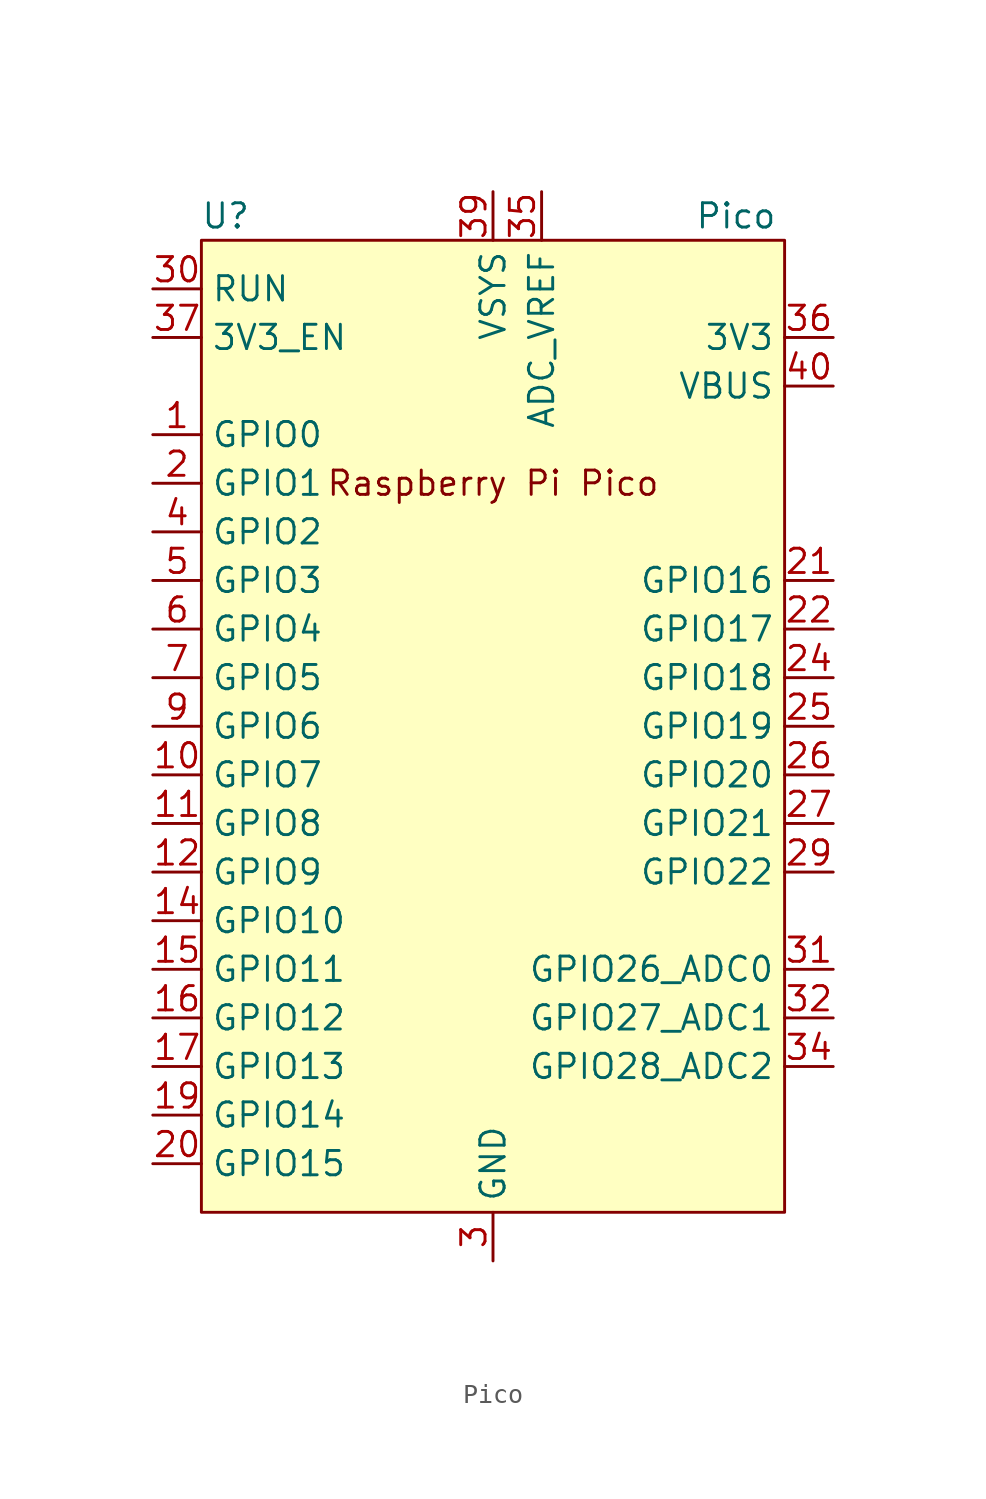
<source format=kicad_sym>
(kicad_symbol_lib
  (version 20211014)
  (generator kicad_symbol_editor)
  (symbol "Pico"
    (property "Reference" "U"
      (at -13.97 26.67 0)
      (effects (font (size 1.27 1.27))))
    (property "Value" "Pico"
      (at 12.7 26.67 0)
      (effects (font (size 1.27 1.27))))
    (symbol "Pico_0_0"
      (text "Raspberry Pi Pico" (at 0 12.7 0) (effects (font (size 1.27 1.27)))))
    (symbol "Pico_0_1"
      (rectangle (start -15.24 25.4) (end 15.24 -25.4) (stroke (width 0) (type default) (color 0 0 0 0)) (fill (type background))))
    (symbol "Pico_1_1"
      (pin bidirectional line (at -17.78 15.24 0) (length 2.54) (name "GPIO0" (effects (font (size 1.27 1.27)))) (number "1" (effects (font (size 1.27 1.27)))))
      (pin bidirectional line (at -17.78 -2.54 0) (length 2.54) (name "GPIO7" (effects (font (size 1.27 1.27)))) (number "10" (effects (font (size 1.27 1.27)))))
      (pin bidirectional line (at -17.78 -5.08 0) (length 2.54) (name "GPIO8" (effects (font (size 1.27 1.27)))) (number "11" (effects (font (size 1.27 1.27)))))
      (pin bidirectional line (at -17.78 -7.62 0) (length 2.54) (name "GPIO9" (effects (font (size 1.27 1.27)))) (number "12" (effects (font (size 1.27 1.27)))))
      (pin passive line (at 0 -27.94 90) (length 2.54) hide (name "GND" (effects (font (size 1.27 1.27)))) (number "13" (effects (font (size 1.27 1.27)))))
      (pin bidirectional line (at -17.78 -10.16 0) (length 2.54) (name "GPIO10" (effects (font (size 1.27 1.27)))) (number "14" (effects (font (size 1.27 1.27)))))
      (pin bidirectional line (at -17.78 -12.7 0) (length 2.54) (name "GPIO11" (effects (font (size 1.27 1.27)))) (number "15" (effects (font (size 1.27 1.27)))))
      (pin bidirectional line (at -17.78 -15.24 0) (length 2.54) (name "GPIO12" (effects (font (size 1.27 1.27)))) (number "16" (effects (font (size 1.27 1.27)))))
      (pin bidirectional line (at -17.78 -17.78 0) (length 2.54) (name "GPIO13" (effects (font (size 1.27 1.27)))) (number "17" (effects (font (size 1.27 1.27)))))
      (pin passive line (at 0 -27.94 90) (length 2.54) hide (name "GND" (effects (font (size 1.27 1.27)))) (number "18" (effects (font (size 1.27 1.27)))))
      (pin bidirectional line (at -17.78 -20.32 0) (length 2.54) (name "GPIO14" (effects (font (size 1.27 1.27)))) (number "19" (effects (font (size 1.27 1.27)))))
      (pin bidirectional line (at -17.78 12.7 0) (length 2.54) (name "GPIO1" (effects (font (size 1.27 1.27)))) (number "2" (effects (font (size 1.27 1.27)))))
      (pin bidirectional line (at -17.78 -22.86 0) (length 2.54) (name "GPIO15" (effects (font (size 1.27 1.27)))) (number "20" (effects (font (size 1.27 1.27)))))
      (pin bidirectional line (at 17.78 7.62 180) (length 2.54) (name "GPIO16" (effects (font (size 1.27 1.27)))) (number "21" (effects (font (size 1.27 1.27)))))
      (pin bidirectional line (at 17.78 5.08 180) (length 2.54) (name "GPIO17" (effects (font (size 1.27 1.27)))) (number "22" (effects (font (size 1.27 1.27)))))
      (pin passive line (at 0 -27.94 90) (length 2.54) hide (name "GND" (effects (font (size 1.27 1.27)))) (number "23" (effects (font (size 1.27 1.27)))))
      (pin bidirectional line (at 17.78 2.54 180) (length 2.54) (name "GPIO18" (effects (font (size 1.27 1.27)))) (number "24" (effects (font (size 1.27 1.27)))))
      (pin bidirectional line (at 17.78 0 180) (length 2.54) (name "GPIO19" (effects (font (size 1.27 1.27)))) (number "25" (effects (font (size 1.27 1.27)))))
      (pin bidirectional line (at 17.78 -2.54 180) (length 2.54) (name "GPIO20" (effects (font (size 1.27 1.27)))) (number "26" (effects (font (size 1.27 1.27)))))
      (pin bidirectional line (at 17.78 -5.08 180) (length 2.54) (name "GPIO21" (effects (font (size 1.27 1.27)))) (number "27" (effects (font (size 1.27 1.27)))))
      (pin passive line (at 0 -27.94 90) (length 2.54) hide (name "GND" (effects (font (size 1.27 1.27)))) (number "28" (effects (font (size 1.27 1.27)))))
      (pin bidirectional line (at 17.78 -7.62 180) (length 2.54) (name "GPIO22" (effects (font (size 1.27 1.27)))) (number "29" (effects (font (size 1.27 1.27)))))
      (pin power_in line (at 0 -27.94 90) (length 2.54) (name "GND" (effects (font (size 1.27 1.27)))) (number "3" (effects (font (size 1.27 1.27)))))
      (pin input line (at -17.78 22.86 0) (length 2.54) (name "RUN" (effects (font (size 1.27 1.27)))) (number "30" (effects (font (size 1.27 1.27)))))
      (pin bidirectional line (at 17.78 -12.7 180) (length 2.54) (name "GPIO26_ADC0" (effects (font (size 1.27 1.27)))) (number "31" (effects (font (size 1.27 1.27)))))
      (pin bidirectional line (at 17.78 -15.24 180) (length 2.54) (name "GPIO27_ADC1" (effects (font (size 1.27 1.27)))) (number "32" (effects (font (size 1.27 1.27)))))
      (pin passive line (at 0 -27.94 90) (length 2.54) hide (name "AGND" (effects (font (size 1.27 1.27)))) (number "33" (effects (font (size 1.27 1.27)))))
      (pin bidirectional line (at 17.78 -17.78 180) (length 2.54) (name "GPIO28_ADC2" (effects (font (size 1.27 1.27)))) (number "34" (effects (font (size 1.27 1.27)))))
      (pin passive line (at 2.54 27.94 270) (length 2.54) (name "ADC_VREF" (effects (font (size 1.27 1.27)))) (number "35" (effects (font (size 1.27 1.27)))))
      (pin power_out line (at 17.78 20.32 180) (length 2.54) (name "3V3" (effects (font (size 1.27 1.27)))) (number "36" (effects (font (size 1.27 1.27)))))
      (pin input line (at -17.78 20.32 0) (length 2.54) (name "3V3_EN" (effects (font (size 1.27 1.27)))) (number "37" (effects (font (size 1.27 1.27)))))
      (pin passive line (at 0 -27.94 90) (length 2.54) hide (name "GND" (effects (font (size 1.27 1.27)))) (number "38" (effects (font (size 1.27 1.27)))))
      (pin power_in line (at 0 27.94 270) (length 2.54) (name "VSYS" (effects (font (size 1.27 1.27)))) (number "39" (effects (font (size 1.27 1.27)))))
      (pin bidirectional line (at -17.78 10.16 0) (length 2.54) (name "GPIO2" (effects (font (size 1.27 1.27)))) (number "4" (effects (font (size 1.27 1.27)))))
      (pin power_out line (at 17.78 17.78 180) (length 2.54) (name "VBUS" (effects (font (size 1.27 1.27)))) (number "40" (effects (font (size 1.27 1.27)))))
      (pin bidirectional line (at -17.78 7.62 0) (length 2.54) (name "GPIO3" (effects (font (size 1.27 1.27)))) (number "5" (effects (font (size 1.27 1.27)))))
      (pin bidirectional line (at -17.78 5.08 0) (length 2.54) (name "GPIO4" (effects (font (size 1.27 1.27)))) (number "6" (effects (font (size 1.27 1.27)))))
      (pin bidirectional line (at -17.78 2.54 0) (length 2.54) (name "GPIO5" (effects (font (size 1.27 1.27)))) (number "7" (effects (font (size 1.27 1.27)))))
      (pin passive line (at 0 -27.94 90) (length 2.54) hide (name "GND" (effects (font (size 1.27 1.27)))) (number "8" (effects (font (size 1.27 1.27)))))
      (pin bidirectional line (at -17.78 0 0) (length 2.54) (name "GPIO6" (effects (font (size 1.27 1.27)))) (number "9" (effects (font (size 1.27 1.27))))))))
</source>
